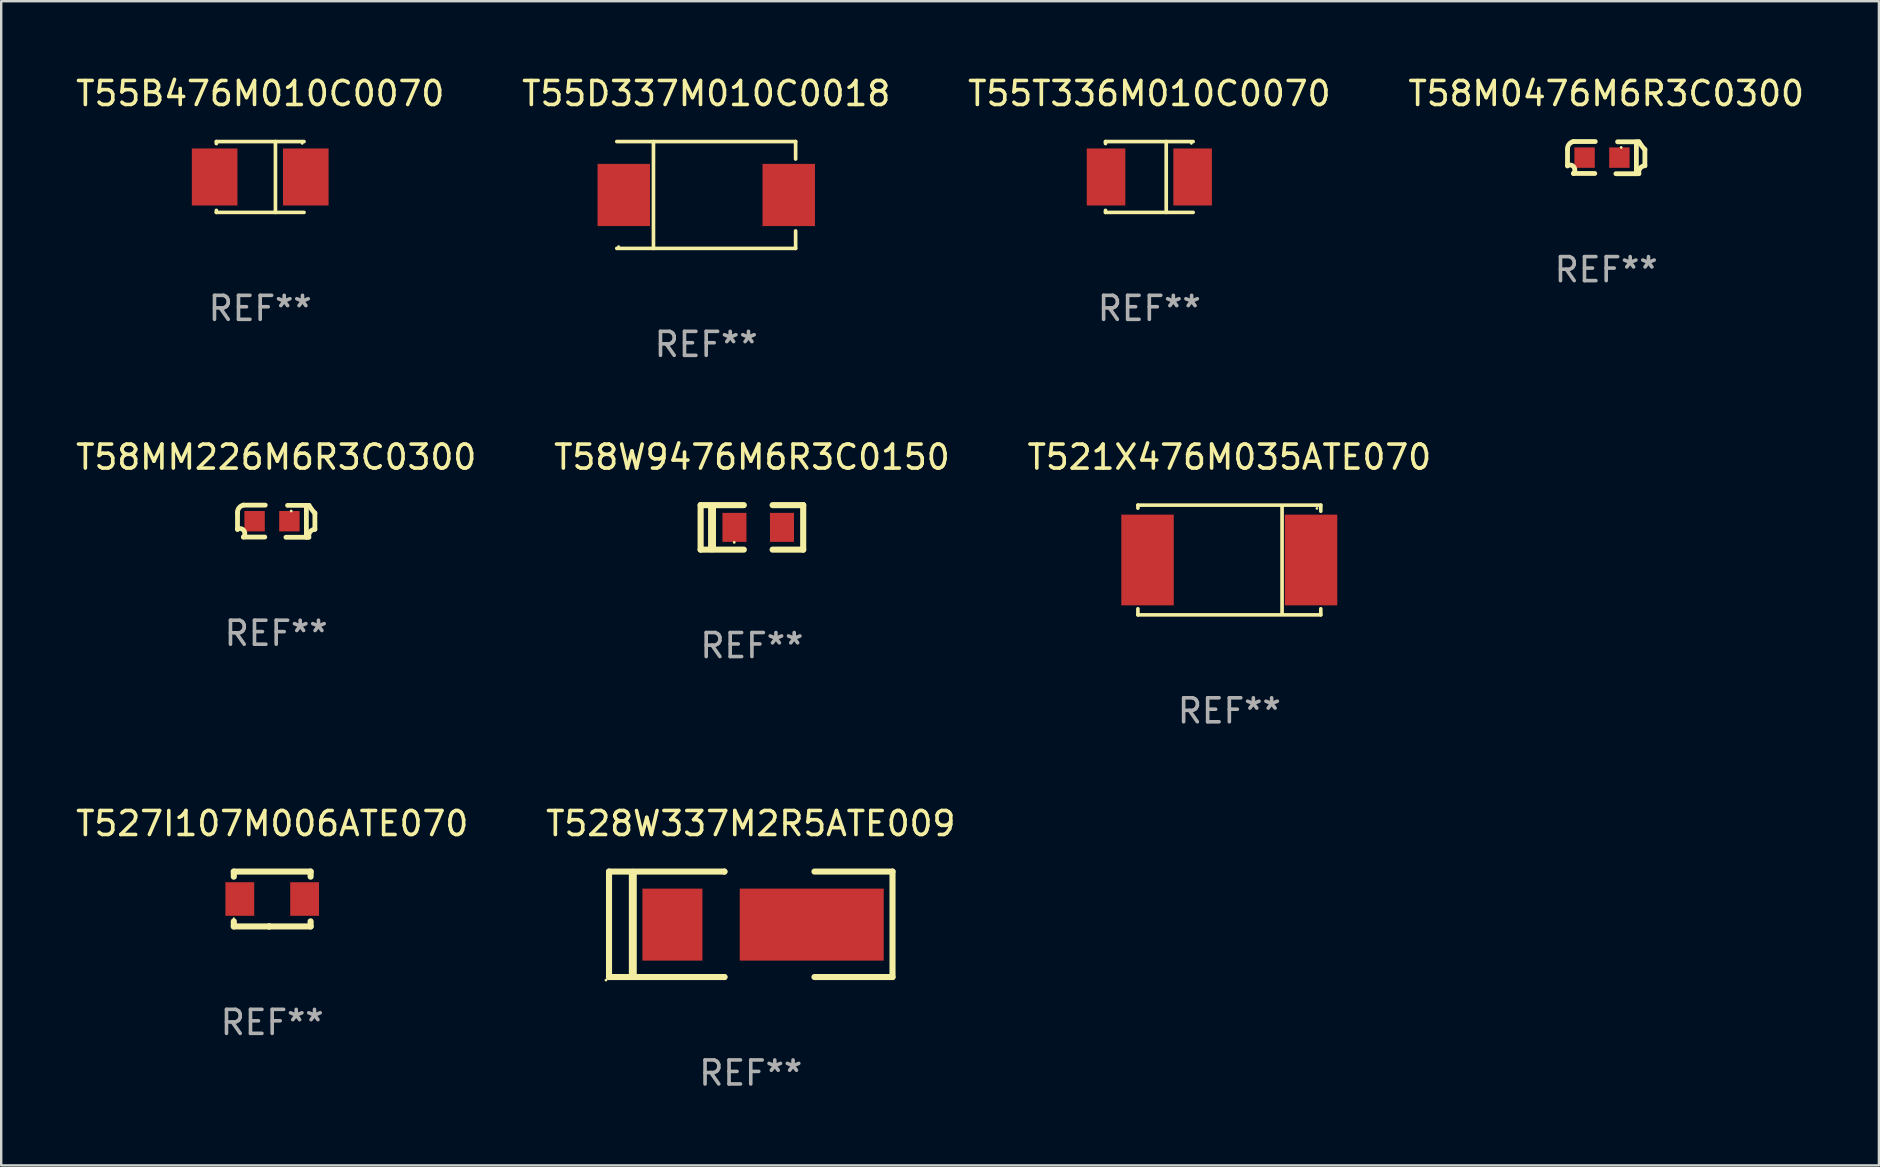
<source format=kicad_pcb>
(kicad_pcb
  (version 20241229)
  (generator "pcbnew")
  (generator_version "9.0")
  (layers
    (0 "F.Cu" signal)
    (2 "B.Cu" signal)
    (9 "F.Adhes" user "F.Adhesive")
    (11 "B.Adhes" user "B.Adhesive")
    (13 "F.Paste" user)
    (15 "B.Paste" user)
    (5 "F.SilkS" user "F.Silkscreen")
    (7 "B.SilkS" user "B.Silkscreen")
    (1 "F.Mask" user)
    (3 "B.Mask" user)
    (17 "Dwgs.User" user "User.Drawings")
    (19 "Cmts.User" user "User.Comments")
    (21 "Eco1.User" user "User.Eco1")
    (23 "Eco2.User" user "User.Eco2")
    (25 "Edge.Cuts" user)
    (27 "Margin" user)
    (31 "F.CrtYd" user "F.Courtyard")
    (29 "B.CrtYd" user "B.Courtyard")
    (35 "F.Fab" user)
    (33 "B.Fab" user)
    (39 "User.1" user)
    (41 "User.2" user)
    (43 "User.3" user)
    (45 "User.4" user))
  (footprint "T55T336M010C0070"
    (layer "F.Cu")
    (at 44.839 4.324)
    (property "Reference" "T55T336M010C0070" (at 0 -3.476 0) (layer "F.SilkS") (effects (font (size 1 1) (thickness 0.15))))
    (attr through_hole)
    (fp_line (start -1.826 -1.476) (end -1.826 -1.391) (stroke (width 0.152) (type solid)) (layer "F.SilkS"))
    (fp_line (start -1.826 -1.476) (end 1.826 -1.476) (stroke (width 0.152) (type solid)) (layer "F.SilkS"))
    (fp_line (start -1.826 1.476) (end -1.826 1.391) (stroke (width 0.152) (type solid)) (layer "F.SilkS"))
    (fp_line (start -1.826 1.476) (end 1.826 1.476) (stroke (width 0.152) (type solid)) (layer "F.SilkS"))
    (fp_line (start 0.704 -1.476) (end 0.704 1.476) (stroke (width 0.152) (type solid)) (layer "F.SilkS"))
    (fp_circle (center 1.75 -1.4) (end 1.78 -1.4) (stroke (width 0.06) (type solid)) (fill no) (layer "F.SilkS"))
    (fp_text user "REF**" (at 0 5.476 0) (layer "F.Fab") (effects (font (size 1 1) (thickness 0.15))))
    (pad "1" smd rect (at 1.804 0) (size 1.607 2.376) (layers "F.Cu" "F.Mask" "F.Paste"))
    (pad "2" smd rect (at -1.804 0) (size 1.607 2.376) (layers "F.Cu" "F.Mask" "F.Paste")))
  (footprint "T58MM226M6R3C0300"
    (layer "F.Cu")
    (at 8.458 18.667)
    (property "Reference" "T58MM226M6R3C0300" (at 0 -2.67 0) (layer "F.SilkS") (effects (font (size 1 1) (thickness 0.15))))
    (attr through_hole)
    (fp_line (start -1.612 -0.337) (end -1.612 0.347) (stroke (width 0.2) (type solid)) (layer "F.SilkS"))
    (fp_line (start -1.365 -0.67) (end -0.455 -0.67) (stroke (width 0.2) (type solid)) (layer "F.SilkS"))
    (fp_line (start -1.365 0.66) (end -0.475 0.66) (stroke (width 0.2) (type solid)) (layer "F.SilkS"))
    (fp_line (start 1.258 -0.66) (end 1.258 0.67) (stroke (width 0.2) (type solid)) (layer "F.SilkS"))
    (fp_line (start 1.315 0.67) (end 0.405 0.67) (stroke (width 0.2) (type solid)) (layer "F.SilkS"))
    (fp_line (start 1.365 -0.66) (end 0.475 -0.66) (stroke (width 0.2) (type solid)) (layer "F.SilkS"))
    (fp_line (start 1.612 0.337) (end 1.612 -0.347) (stroke (width 0.2) (type solid)) (layer "F.SilkS"))
    (fp_arc (start -1.611685 -0.33749) (mid -1.551639 -0.550734) (end -1.364948 -0.670003) (stroke (width 0.2) (type solid)) (layer "F.SilkS"))
    (fp_arc (start -1.611684 0.327432) (mid -1.348512 0.38999) (end -1.364948 0.659995) (stroke (width 0.2) (type solid)) (layer "F.SilkS"))
    (fp_arc (start 1.364948 0.669952) (mid 1.409994 0.445562) (end 1.611684 0.33739) (stroke (width 0.2) (type solid)) (layer "F.SilkS"))
    (fp_arc (start 1.611684 -0.327534) (mid 1.482088 -0.489181) (end 1.364948 -0.660071) (stroke (width 0.2) (type solid)) (layer "F.SilkS"))
    (fp_circle (center 0.625 -0.425) (end 0.655 -0.425) (stroke (width 0.06) (type solid)) (fill no) (layer "F.SilkS"))
    (fp_text user "REF**" (at 0 4.67 0) (layer "F.Fab") (effects (font (size 1 1) (thickness 0.15))))
    (pad "1" smd rect (at 0.55 0) (size 0.85 0.85) (layers "F.Cu" "F.Mask" "F.Paste"))
    (pad "2" smd rect (at -0.9 0) (size 0.85 0.85) (layers "F.Cu" "F.Mask" "F.Paste")))
  (footprint "T58M0476M6R3C0300"
    (layer "F.Cu")
    (at 63.875 3.518)
    (property "Reference" "T58M0476M6R3C0300" (at 0 -2.67 0) (layer "F.SilkS") (effects (font (size 1 1) (thickness 0.15))))
    (attr through_hole)
    (fp_line (start -1.612 -0.337) (end -1.612 0.347) (stroke (width 0.2) (type solid)) (layer "F.SilkS"))
    (fp_line (start -1.365 -0.67) (end -0.455 -0.67) (stroke (width 0.2) (type solid)) (layer "F.SilkS"))
    (fp_line (start -1.365 0.66) (end -0.475 0.66) (stroke (width 0.2) (type solid)) (layer "F.SilkS"))
    (fp_line (start 1.258 -0.66) (end 1.258 0.67) (stroke (width 0.2) (type solid)) (layer "F.SilkS"))
    (fp_line (start 1.315 0.67) (end 0.405 0.67) (stroke (width 0.2) (type solid)) (layer "F.SilkS"))
    (fp_line (start 1.365 -0.66) (end 0.475 -0.66) (stroke (width 0.2) (type solid)) (layer "F.SilkS"))
    (fp_line (start 1.612 0.337) (end 1.612 -0.347) (stroke (width 0.2) (type solid)) (layer "F.SilkS"))
    (fp_arc (start -1.611685 -0.33749) (mid -1.551639 -0.550734) (end -1.364948 -0.670003) (stroke (width 0.2) (type solid)) (layer "F.SilkS"))
    (fp_arc (start -1.611684 0.327432) (mid -1.348512 0.38999) (end -1.364948 0.659995) (stroke (width 0.2) (type solid)) (layer "F.SilkS"))
    (fp_arc (start 1.364948 0.669952) (mid 1.409994 0.445562) (end 1.611684 0.33739) (stroke (width 0.2) (type solid)) (layer "F.SilkS"))
    (fp_arc (start 1.611684 -0.327534) (mid 1.482088 -0.489181) (end 1.364948 -0.660071) (stroke (width 0.2) (type solid)) (layer "F.SilkS"))
    (fp_circle (center 0.625 -0.425) (end 0.655 -0.425) (stroke (width 0.06) (type solid)) (fill no) (layer "F.SilkS"))
    (fp_text user "REF**" (at 0 4.67 0) (layer "F.Fab") (effects (font (size 1 1) (thickness 0.15))))
    (pad "1" smd rect (at 0.55 0) (size 0.85 0.85) (layers "F.Cu" "F.Mask" "F.Paste"))
    (pad "2" smd rect (at -0.9 0) (size 0.85 0.85) (layers "F.Cu" "F.Mask" "F.Paste")))
  (footprint "T58W9476M6R3C0150"
    (layer "F.Cu")
    (at 28.28 18.924)
    (property "Reference" "T58W9476M6R3C0150" (at 0 -2.927 0) (layer "F.SilkS") (effects (font (size 1 1) (thickness 0.15))))
    (attr through_hole)
    (fp_line (start -2.137 0.927) (end -2.137 -0.927) (stroke (width 0.254) (type solid)) (layer "F.SilkS"))
    (fp_line (start -1.662 0.874) (end -1.662 -0.874) (stroke (width 0.33) (type solid)) (layer "F.SilkS"))
    (fp_line (start -0.337 -0.927) (end -2.137 -0.927) (stroke (width 0.254) (type solid)) (layer "F.SilkS"))
    (fp_line (start -0.337 0.927) (end -2.137 0.927) (stroke (width 0.254) (type solid)) (layer "F.SilkS"))
    (fp_line (start 0.862 0.927) (end 2.137 0.927) (stroke (width 0.254) (type solid)) (layer "F.SilkS"))
    (fp_line (start 2.137 -0.927) (end 0.862 -0.927) (stroke (width 0.254) (type solid)) (layer "F.SilkS"))
    (fp_line (start 2.137 0.927) (end 2.137 -0.927) (stroke (width 0.254) (type solid)) (layer "F.SilkS"))
    (fp_circle (center -0.737 0.625) (end -0.707 0.625) (stroke (width 0.06) (type solid)) (fill no) (layer "F.SilkS"))
    (fp_text user "REF**" (at 0 4.927 0) (layer "F.Fab") (effects (font (size 1 1) (thickness 0.15))))
    (pad "1" smd rect (at -0.728 0) (size 1 1.207) (layers "F.Cu" "F.Mask" "F.Paste"))
    (pad "2" smd rect (at 1.253 0) (size 1 1.207) (layers "F.Cu" "F.Mask" "F.Paste")))
  (footprint "T55B476M010C0070"
    (layer "F.Cu")
    (at 7.792 4.324)
    (property "Reference" "T55B476M010C0070" (at 0 -3.476 0) (layer "F.SilkS") (effects (font (size 1 1) (thickness 0.15))))
    (attr through_hole)
    (fp_line (start -1.826 -1.476) (end -1.826 -1.391) (stroke (width 0.152) (type solid)) (layer "F.SilkS"))
    (fp_line (start -1.826 -1.476) (end 1.826 -1.476) (stroke (width 0.152) (type solid)) (layer "F.SilkS"))
    (fp_line (start -1.826 1.476) (end -1.826 1.391) (stroke (width 0.152) (type solid)) (layer "F.SilkS"))
    (fp_line (start -1.826 1.476) (end 1.826 1.476) (stroke (width 0.152) (type solid)) (layer "F.SilkS"))
    (fp_line (start 0.635 -1.476) (end 0.635 1.476) (stroke (width 0.152) (type solid)) (layer "F.SilkS"))
    (fp_circle (center 1.75 -1.4) (end 1.78 -1.4) (stroke (width 0.06) (type solid)) (fill no) (layer "F.SilkS"))
    (fp_text user "REF**" (at 0 5.476 0) (layer "F.Fab") (effects (font (size 1 1) (thickness 0.15))))
    (pad "1" smd rect (at 1.899 0) (size 1.9 2.376) (layers "F.Cu" "F.Mask" "F.Paste"))
    (pad "2" smd rect (at -1.899 0) (size 1.9 2.376) (layers "F.Cu" "F.Mask" "F.Paste")))
  (footprint "T521X476M035ATE070"
    (layer "F.Cu")
    (at 48.173 20.283)
    (property "Reference" "T521X476M035ATE070" (at 0 -4.286 0) (layer "F.SilkS") (effects (font (size 1 1) (thickness 0.15))))
    (attr through_hole)
    (fp_line (start -3.81 -2.286) (end -3.81 -2.159) (stroke (width 0.15) (type solid)) (layer "F.SilkS"))
    (fp_line (start -3.81 2.032) (end -3.81 2.286) (stroke (width 0.15) (type solid)) (layer "F.SilkS"))
    (fp_line (start -3.81 2.286) (end 3.81 2.286) (stroke (width 0.15) (type solid)) (layer "F.SilkS"))
    (fp_line (start 2.197 -2.226) (end 2.197 2.226) (stroke (width 0.152) (type solid)) (layer "F.SilkS"))
    (fp_line (start 3.81 -2.286) (end -3.81 -2.286) (stroke (width 0.15) (type solid)) (layer "F.SilkS"))
    (fp_line (start 3.81 -2.032) (end 3.81 -2.286) (stroke (width 0.15) (type solid)) (layer "F.SilkS"))
    (fp_line (start 3.81 2.286) (end 3.81 2.032) (stroke (width 0.15) (type solid)) (layer "F.SilkS"))
    (fp_circle (center 3.65 -2.15) (end 3.68 -2.15) (stroke (width 0.06) (type solid)) (fill no) (layer "F.SilkS"))
    (fp_text user "REF**" (at 0 6.286 0) (layer "F.Fab") (effects (font (size 1 1) (thickness 0.15))))
    (pad "1" smd rect (at 3.404 0 180) (size 2.185 3.78) (layers "F.Cu" "F.Mask" "F.Paste"))
    (pad "2" smd rect (at -3.409 0 180) (size 2.185 3.78) (layers "F.Cu" "F.Mask" "F.Paste")))
  (footprint "T528W337M2R5ATE009"
    (layer "F.Cu")
    (at 28.232 35.463)
    (property "Reference" "T528W337M2R5ATE009" (at 0 -4.197 0) (layer "F.SilkS") (effects (font (size 1 1) (thickness 0.15))))
    (attr through_hole)
    (fp_line (start -5.906 -2.197) (end -1.097 -2.197) (stroke (width 0.254) (type solid)) (layer "F.SilkS"))
    (fp_line (start -5.906 2.197) (end -5.906 -2.197) (stroke (width 0.254) (type solid)) (layer "F.SilkS"))
    (fp_line (start -4.915 -2.146) (end -4.915 2.154) (stroke (width 0.33) (type solid)) (layer "F.SilkS"))
    (fp_line (start -4.277 2.197) (end -5.906 2.197) (stroke (width 0.254) (type solid)) (layer "F.SilkS"))
    (fp_line (start -1.105 2.197) (end -1.097 2.197) (stroke (width 0.254) (type solid)) (layer "F.SilkS"))
    (fp_line (start -1.097 -2.197) (end -1.105 -2.197) (stroke (width 0.254) (type solid)) (layer "F.SilkS"))
    (fp_line (start -1.097 2.197) (end -4.277 2.197) (stroke (width 0.254) (type solid)) (layer "F.SilkS"))
    (fp_line (start 2.654 -2.197) (end 5.906 -2.197) (stroke (width 0.254) (type solid)) (layer "F.SilkS"))
    (fp_line (start 5.906 -2.197) (end 5.906 2.197) (stroke (width 0.254) (type solid)) (layer "F.SilkS"))
    (fp_line (start 5.906 2.197) (end 2.654 2.197) (stroke (width 0.254) (type solid)) (layer "F.SilkS"))
    (fp_circle (center -6.033 2.324) (end -6.003 2.324) (stroke (width 0.06) (type solid)) (fill no) (layer "F.SilkS"))
    (fp_text user "REF**" (at 0 6.197 0) (layer "F.Fab") (effects (font (size 1 1) (thickness 0.15))))
    (pad "1" smd rect (at -3.264 0.013) (size 2.5 3) (layers "F.Cu" "F.Mask" "F.Paste"))
    (pad "2" smd rect (at 2.54 0.013) (size 6 3) (layers "F.Cu" "F.Mask" "F.Paste")))
  (footprint "T527I107M006ATE070"
    (layer "F.Cu")
    (at 8.292 34.409)
    (property "Reference" "T527I107M006ATE070" (at 0 -3.143 0) (layer "F.SilkS") (effects (font (size 1 1) (thickness 0.15))))
    (attr through_hole)
    (fp_line (start -1.6 1.143) (end -0.128 1.143) (stroke (width 0.254) (type solid)) (layer "F.SilkS"))
    (fp_line (start -1.6 -1.143) (end -1.6 -0.931) (stroke (width 0.254) (type solid)) (layer "F.SilkS"))
    (fp_line (start -1.6 -1.143) (end 1.6 -1.143) (stroke (width 0.254) (type solid)) (layer "F.SilkS"))
    (fp_line (start -1.6 0.931) (end -1.6 1.143) (stroke (width 0.254) (type solid)) (layer "F.SilkS"))
    (fp_line (start -0.128 1.143) (end -0.128 1.143) (stroke (width 0.254) (type solid)) (layer "F.SilkS"))
    (fp_line (start -0.128 1.143) (end 1.6 1.143) (stroke (width 0.254) (type solid)) (layer "F.SilkS"))
    (fp_line (start 1.6 -1.143) (end 1.6 -0.931) (stroke (width 0.254) (type solid)) (layer "F.SilkS"))
    (fp_line (start 1.6 0.931) (end 1.6 1.143) (stroke (width 0.254) (type solid)) (layer "F.SilkS"))
    (fp_circle (center -1.6 0.8) (end -1.58 0.8) (stroke (width 0.04) (type solid)) (fill no) (layer "F.SilkS"))
    (fp_text user "REF**" (at 0 5.143 0) (layer "F.Fab") (effects (font (size 1 1) (thickness 0.15))))
    (pad "1" smd rect (at -1.35 0) (size 1.2 1.4) (layers "F.Cu" "F.Mask" "F.Paste"))
    (pad "2" smd rect (at 1.35 0) (size 1.2 1.4) (layers "F.Cu" "F.Mask" "F.Paste")))
  (footprint "T55D337M010C0018"
    (layer "F.Cu")
    (at 26.375 5.074)
    (property "Reference" "T55D337M010C0018" (at 0 -4.226 0) (layer "F.SilkS") (effects (font (size 1 1) (thickness 0.15))))
    (attr through_hole)
    (fp_line (start -3.726 -2.226) (end 3.726 -2.226) (stroke (width 0.152) (type solid)) (layer "F.SilkS"))
    (fp_line (start -3.726 2.226) (end 3.726 2.226) (stroke (width 0.152) (type solid)) (layer "F.SilkS"))
    (fp_line (start -2.197 -2.226) (end -2.197 2.226) (stroke (width 0.152) (type solid)) (layer "F.SilkS"))
    (fp_line (start 3.726 -2.226) (end 3.726 -1.499) (stroke (width 0.152) (type solid)) (layer "F.SilkS"))
    (fp_line (start 3.726 2.226) (end 3.726 1.499) (stroke (width 0.152) (type solid)) (layer "F.SilkS"))
    (fp_circle (center -3.65 2.15) (end -3.62 2.15) (stroke (width 0.06) (type solid)) (fill no) (layer "F.SilkS"))
    (fp_text user "REF**" (at 0 6.226 0) (layer "F.Fab") (effects (font (size 1 1) (thickness 0.15))))
    (pad "1" smd rect (at -3.434 0 180) (size 2.185 2.592) (layers "F.Cu" "F.Mask" "F.Paste"))
    (pad "2" smd rect (at 3.439 0 180) (size 2.185 2.592) (layers "F.Cu" "F.Mask" "F.Paste")))
  (gr_rect
    (start -3 -3)
    (end 75.238 45.508)
    (stroke (width 0.1) (type default))
    (fill no)
    (layer "Edge.Cuts")))
</source>
